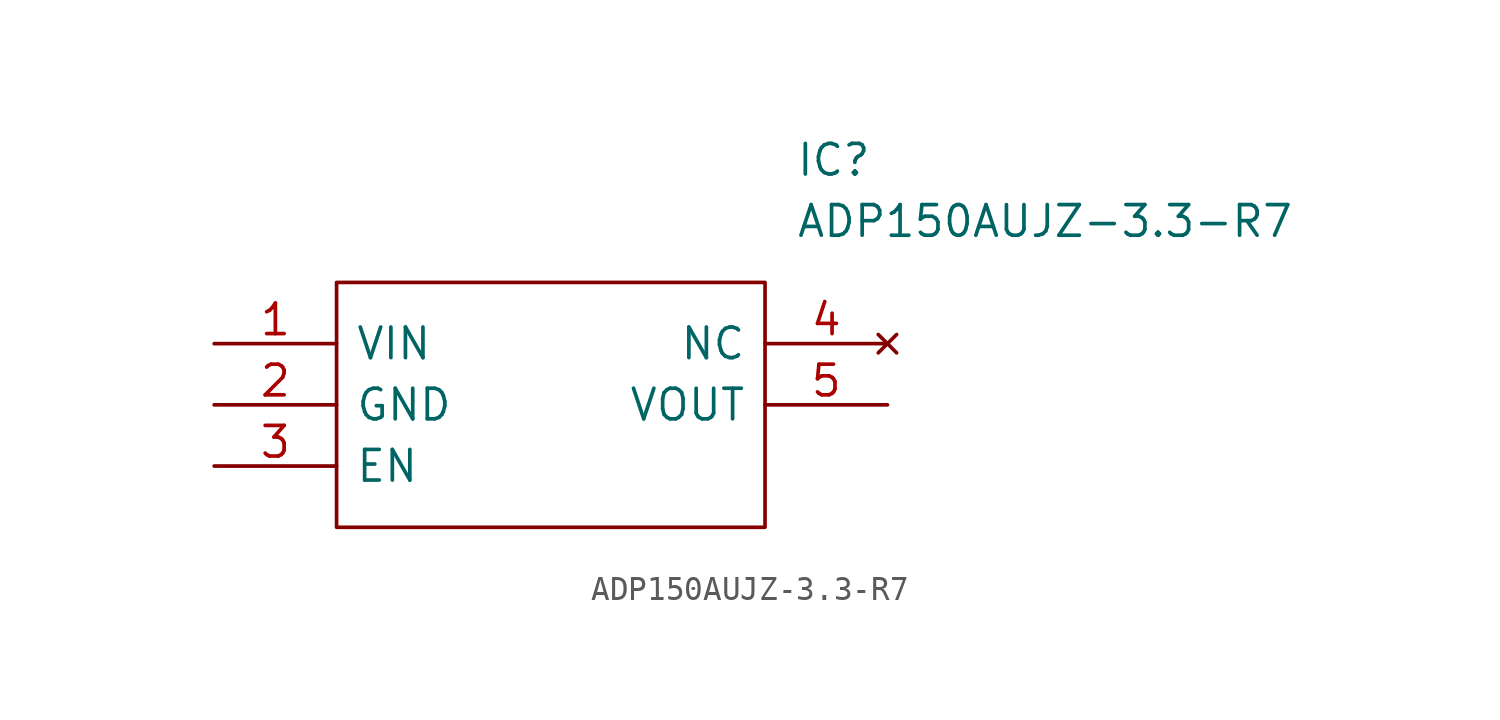
<source format=kicad_sym>
(kicad_symbol_lib
  (version 20211014)
  (generator kicad_symbol_editor)
  (symbol "ADP150AUJZ-3.3-R7"
    (pin_names
      (offset 0.762))
    (property "Reference" "IC"
      (at 24.13 7.62 0)
      (effects (font (size 1.27 1.27)) (justify left)))
    (property "Value" "ADP150AUJZ-3.3-R7"
      (at 24.13 5.08 0)
      (effects (font (size 1.27 1.27)) (justify left)))
    (symbol "ADP150AUJZ-3.3-R7_0_0"
      (pin passive line (at 0 0 0) (length 5.08) (name "VIN" (effects (font (size 1.27 1.27)))) (number "1" (effects (font (size 1.27 1.27)))))
      (pin passive line (at 0 -2.54 0) (length 5.08) (name "GND" (effects (font (size 1.27 1.27)))) (number "2" (effects (font (size 1.27 1.27)))))
      (pin passive line (at 0 -5.08 0) (length 5.08) (name "EN" (effects (font (size 1.27 1.27)))) (number "3" (effects (font (size 1.27 1.27)))))
      (pin no_connect line (at 27.94 0 180) (length 5.08) (name "NC" (effects (font (size 1.27 1.27)))) (number "4" (effects (font (size 1.27 1.27)))))
      (pin passive line (at 27.94 -2.54 180) (length 5.08) (name "VOUT" (effects (font (size 1.27 1.27)))) (number "5" (effects (font (size 1.27 1.27))))))
    (symbol "ADP150AUJZ-3.3-R7_0_1"
      (polyline (pts (xy 5.08 2.54) (xy 22.86 2.54) (xy 22.86 -7.62) (xy 5.08 -7.62) (xy 5.08 2.54)) (stroke (width 0.152) (type default) (color 0 0 0 0)) (fill (type none))))))
</source>
